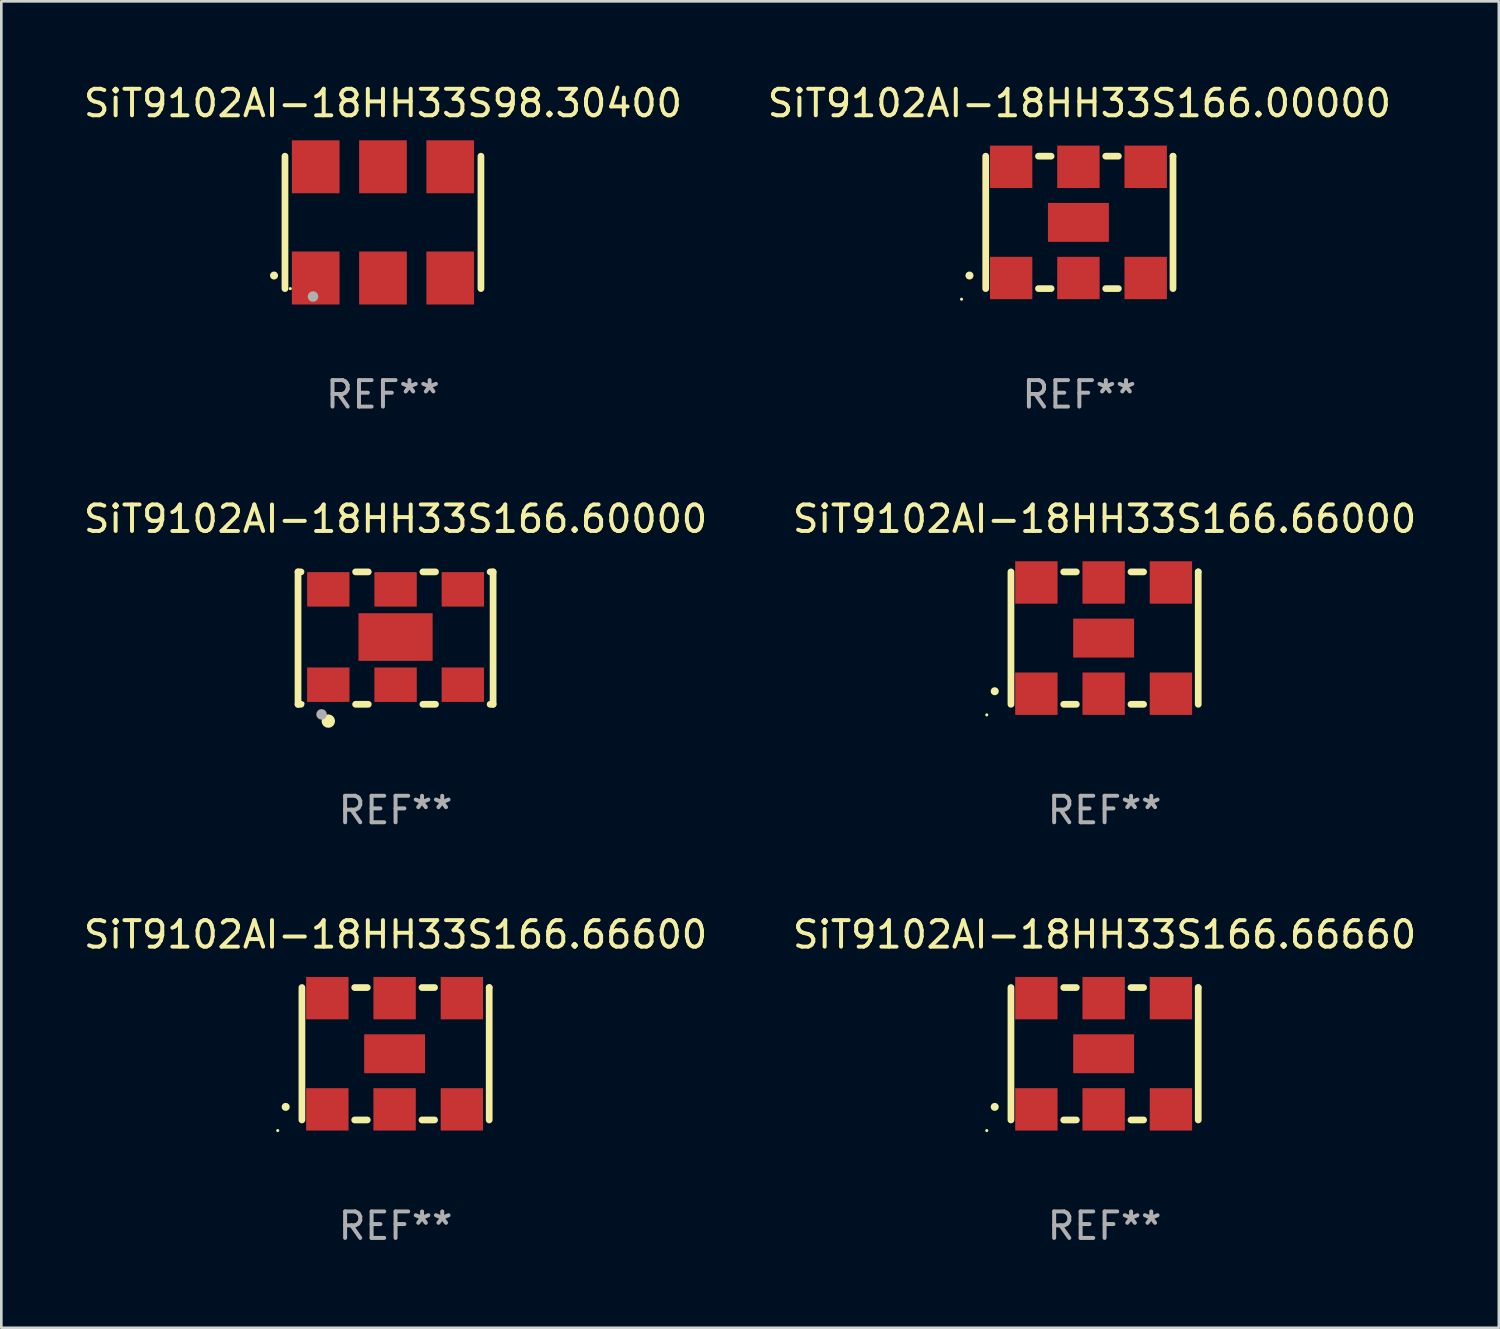
<source format=kicad_pcb>
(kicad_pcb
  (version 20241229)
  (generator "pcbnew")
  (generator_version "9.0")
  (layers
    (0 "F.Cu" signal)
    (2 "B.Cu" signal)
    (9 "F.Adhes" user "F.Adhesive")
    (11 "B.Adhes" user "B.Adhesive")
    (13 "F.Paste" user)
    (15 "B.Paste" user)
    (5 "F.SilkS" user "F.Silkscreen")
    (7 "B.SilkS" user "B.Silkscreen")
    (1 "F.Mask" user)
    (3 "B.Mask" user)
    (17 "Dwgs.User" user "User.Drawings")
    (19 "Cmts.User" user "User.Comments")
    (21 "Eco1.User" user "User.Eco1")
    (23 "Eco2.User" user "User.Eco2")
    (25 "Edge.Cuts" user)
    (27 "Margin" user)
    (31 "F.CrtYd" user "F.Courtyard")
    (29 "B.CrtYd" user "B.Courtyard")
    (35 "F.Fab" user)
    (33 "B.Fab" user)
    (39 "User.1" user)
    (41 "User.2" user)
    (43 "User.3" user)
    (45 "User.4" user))
  (footprint "SiT9102AI-18HH33S98.30400"
    (layer "F.Cu")
    (at 11.411 5.348)
    (property "Reference" "SiT9102AI-18HH33S98.30400" (at 0 -4.5 0) (layer "F.SilkS") (effects (font (size 1 1) (thickness 0.15))))
    (attr through_hole)
    (fp_line (start -3.7 -2.5) (end -3.7 2.5) (stroke (width 0.254) (type solid)) (layer "F.SilkS"))
    (fp_line (start 3.7 -2.5) (end 3.7 2.5) (stroke (width 0.254) (type solid)) (layer "F.SilkS"))
    (fp_arc (start -4.114415 2.006604) (mid -4.113145 2.006599) (end -4.111875 2.006604) (stroke (width 0.3) (type solid)) (layer "F.SilkS"))
    (fp_circle (center -3.5 2.501) (end -3.47 2.501) (stroke (width 0.06) (type solid)) (fill no) (layer "F.SilkS"))
    (fp_circle (center -2.641 2.799) (end -2.541 2.799) (stroke (width 0.2) (type solid)) (fill no) (layer "F.Fab"))
    (fp_text user "REF**" (at 0 6.5 0) (layer "F.Fab") (effects (font (size 1 1) (thickness 0.15))))
    (pad "1" smd rect (at -2.54 2.1) (size 1.8 2) (layers "F.Cu" "F.Mask" "F.Paste"))
    (pad "2" smd rect (at 0.000394 2.1) (size 1.8 2) (layers "F.Cu" "F.Mask" "F.Paste"))
    (pad "3" smd rect (at 2.54 2.1) (size 1.8 2) (layers "F.Cu" "F.Mask" "F.Paste"))
    (pad "4" smd rect (at 2.54 -2.1) (size 1.8 2) (layers "F.Cu" "F.Mask" "F.Paste"))
    (pad "5" smd rect (at 0.000394 -2.1) (size 1.8 2) (layers "F.Cu" "F.Mask" "F.Paste"))
    (pad "6" smd rect (at -2.54 -2.1) (size 1.8 2) (layers "F.Cu" "F.Mask" "F.Paste")))
  (footprint "SiT9102AI-18HH33S166.66660"
    (layer "F.Cu")
    (at 38.661 36.741)
    (property "Reference" "SiT9102AI-18HH33S166.66660" (at 0 -4.5 0) (layer "F.SilkS") (effects (font (size 1 1) (thickness 0.15))))
    (attr through_hole)
    (fp_line (start -3.536 -2.5) (end -3.536 2.5) (stroke (width 0.254) (type solid)) (layer "F.SilkS"))
    (fp_line (start -1.544 2.5) (end -1.067 2.5) (stroke (width 0.254) (type solid)) (layer "F.SilkS"))
    (fp_line (start -1.067 -2.5) (end -1.544 -2.5) (stroke (width 0.254) (type solid)) (layer "F.SilkS"))
    (fp_line (start 0.996 2.5) (end 1.473 2.5) (stroke (width 0.254) (type solid)) (layer "F.SilkS"))
    (fp_line (start 1.473 -2.5) (end 0.996 -2.5) (stroke (width 0.254) (type solid)) (layer "F.SilkS"))
    (fp_line (start 3.536 -2.5) (end 3.536 -2.5) (stroke (width 0.254) (type solid)) (layer "F.SilkS"))
    (fp_line (start 3.536 2.5) (end 3.536 -2.5) (stroke (width 0.254) (type solid)) (layer "F.SilkS"))
    (fp_arc (start -4.150432 2.006604) (mid -4.149162 2.006599) (end -4.147892 2.006604) (stroke (width 0.3) (type solid)) (layer "F.SilkS"))
    (fp_circle (center -4.449 2.9) (end -4.419 2.9) (stroke (width 0.06) (type solid)) (fill no) (layer "F.SilkS"))
    (fp_text user "REF**" (at 0 6.5 0) (layer "F.Fab") (effects (font (size 1 1) (thickness 0.15))))
    (pad "1" smd rect (at -2.576 2.1) (size 1.6 1.6) (layers "F.Cu" "F.Mask" "F.Paste"))
    (pad "2" smd rect (at -0.036 2.1) (size 1.6 1.6) (layers "F.Cu" "F.Mask" "F.Paste"))
    (pad "3" smd rect (at 2.504 2.1) (size 1.6 1.6) (layers "F.Cu" "F.Mask" "F.Paste"))
    (pad "4" smd rect (at 2.504 -2.1) (size 1.6 1.6) (layers "F.Cu" "F.Mask" "F.Paste"))
    (pad "5" smd rect (at -0.036 -2.1) (size 1.6 1.6) (layers "F.Cu" "F.Mask" "F.Paste"))
    (pad "6" smd rect (at -2.576 -2.1) (size 1.6 1.6) (layers "F.Cu" "F.Mask" "F.Paste"))
    (pad "7" smd rect (at -0.036 0) (size 2.3 1.47) (layers "F.Cu" "F.Mask" "F.Paste")))
  (footprint "SiT9102AI-18HH33S166.60000"
    (layer "F.Cu")
    (at 11.887 21.045)
    (property "Reference" "SiT9102AI-18HH33S166.60000" (at 0 -4.5 0) (layer "F.SilkS") (effects (font (size 1 1) (thickness 0.15))))
    (attr through_hole)
    (fp_line (start -3.683 -2.5) (end -3.571 -2.5) (stroke (width 0.254) (type solid)) (layer "F.SilkS"))
    (fp_line (start -3.683 2.5) (end -3.683 -2.5) (stroke (width 0.254) (type solid)) (layer "F.SilkS"))
    (fp_line (start -3.683 2.5) (end -3.571 2.5) (stroke (width 0.254) (type solid)) (layer "F.SilkS"))
    (fp_line (start -1.509 -2.5) (end -1.031 -2.5) (stroke (width 0.254) (type solid)) (layer "F.SilkS"))
    (fp_line (start -1.509 2.5) (end -1.031 2.5) (stroke (width 0.254) (type solid)) (layer "F.SilkS"))
    (fp_line (start 1.031 -2.5) (end 1.509 -2.5) (stroke (width 0.254) (type solid)) (layer "F.SilkS"))
    (fp_line (start 1.031 2.5) (end 1.509 2.5) (stroke (width 0.254) (type solid)) (layer "F.SilkS"))
    (fp_line (start 3.571 -2.5) (end 3.683 -2.5) (stroke (width 0.254) (type solid)) (layer "F.SilkS"))
    (fp_line (start 3.571 2.5) (end 3.683 2.5) (stroke (width 0.254) (type solid)) (layer "F.SilkS"))
    (fp_line (start 3.683 2.5) (end 3.683 -2.5) (stroke (width 0.254) (type solid)) (layer "F.SilkS"))
    (fp_circle (center -3.5 2.46) (end -3.47 2.46) (stroke (width 0.06) (type solid)) (fill no) (layer "F.SilkS"))
    (fp_circle (center -2.54 3.135) (end -2.413 3.135) (stroke (width 0.254) (type solid)) (fill no) (layer "F.SilkS"))
    (fp_circle (center -2.794 2.881) (end -2.694 2.881) (stroke (width 0.2) (type solid)) (fill no) (layer "F.Fab"))
    (fp_text user "REF**" (at 0 6.5 0) (layer "F.Fab") (effects (font (size 1 1) (thickness 0.15))))
    (pad "1" smd rect (at -2.54 1.76) (size 1.6 1.3) (layers "F.Cu" "F.Mask" "F.Paste"))
    (pad "2" smd rect (at 0 1.76) (size 1.6 1.3) (layers "F.Cu" "F.Mask" "F.Paste"))
    (pad "3" smd rect (at 2.54 1.76) (size 1.6 1.3) (layers "F.Cu" "F.Mask" "F.Paste"))
    (pad "4" smd rect (at 2.54 -1.84) (size 1.6 1.3) (layers "F.Cu" "F.Mask" "F.Paste"))
    (pad "5" smd rect (at 0 -1.84) (size 1.6 1.3) (layers "F.Cu" "F.Mask" "F.Paste"))
    (pad "6" smd rect (at -2.54 -1.84) (size 1.6 1.3) (layers "F.Cu" "F.Mask" "F.Paste"))
    (pad "7" smd rect (at 0 -0.04) (size 2.8 1.8) (layers "F.Cu" "F.Mask" "F.Paste")))
  (footprint "SiT9102AI-18HH33S166.00000"
    (layer "F.Cu")
    (at 37.708 5.348)
    (property "Reference" "SiT9102AI-18HH33S166.00000" (at 0 -4.5 0) (layer "F.SilkS") (effects (font (size 1 1) (thickness 0.15))))
    (attr through_hole)
    (fp_line (start -3.536 -2.5) (end -3.536 2.5) (stroke (width 0.254) (type solid)) (layer "F.SilkS"))
    (fp_line (start -1.544 2.5) (end -1.067 2.5) (stroke (width 0.254) (type solid)) (layer "F.SilkS"))
    (fp_line (start -1.067 -2.5) (end -1.544 -2.5) (stroke (width 0.254) (type solid)) (layer "F.SilkS"))
    (fp_line (start 0.996 2.5) (end 1.473 2.5) (stroke (width 0.254) (type solid)) (layer "F.SilkS"))
    (fp_line (start 1.473 -2.5) (end 0.996 -2.5) (stroke (width 0.254) (type solid)) (layer "F.SilkS"))
    (fp_line (start 3.536 -2.5) (end 3.536 -2.5) (stroke (width 0.254) (type solid)) (layer "F.SilkS"))
    (fp_line (start 3.536 2.5) (end 3.536 -2.5) (stroke (width 0.254) (type solid)) (layer "F.SilkS"))
    (fp_arc (start -4.150432 2.006604) (mid -4.149162 2.006599) (end -4.147892 2.006604) (stroke (width 0.3) (type solid)) (layer "F.SilkS"))
    (fp_circle (center -4.449 2.9) (end -4.419 2.9) (stroke (width 0.06) (type solid)) (fill no) (layer "F.SilkS"))
    (fp_text user "REF**" (at 0 6.5 0) (layer "F.Fab") (effects (font (size 1 1) (thickness 0.15))))
    (pad "1" smd rect (at -2.576 2.1) (size 1.6 1.6) (layers "F.Cu" "F.Mask" "F.Paste"))
    (pad "2" smd rect (at -0.036 2.1) (size 1.6 1.6) (layers "F.Cu" "F.Mask" "F.Paste"))
    (pad "3" smd rect (at 2.504 2.1) (size 1.6 1.6) (layers "F.Cu" "F.Mask" "F.Paste"))
    (pad "4" smd rect (at 2.504 -2.1) (size 1.6 1.6) (layers "F.Cu" "F.Mask" "F.Paste"))
    (pad "5" smd rect (at -0.036 -2.1) (size 1.6 1.6) (layers "F.Cu" "F.Mask" "F.Paste"))
    (pad "6" smd rect (at -2.576 -2.1) (size 1.6 1.6) (layers "F.Cu" "F.Mask" "F.Paste"))
    (pad "7" smd rect (at -0.036 0) (size 2.3 1.47) (layers "F.Cu" "F.Mask" "F.Paste")))
  (footprint "SiT9102AI-18HH33S166.66600"
    (layer "F.Cu")
    (at 11.887 36.741)
    (property "Reference" "SiT9102AI-18HH33S166.66600" (at 0 -4.5 0) (layer "F.SilkS") (effects (font (size 1 1) (thickness 0.15))))
    (attr through_hole)
    (fp_line (start -3.536 -2.5) (end -3.536 2.5) (stroke (width 0.254) (type solid)) (layer "F.SilkS"))
    (fp_line (start -1.544 2.5) (end -1.067 2.5) (stroke (width 0.254) (type solid)) (layer "F.SilkS"))
    (fp_line (start -1.067 -2.5) (end -1.544 -2.5) (stroke (width 0.254) (type solid)) (layer "F.SilkS"))
    (fp_line (start 0.996 2.5) (end 1.473 2.5) (stroke (width 0.254) (type solid)) (layer "F.SilkS"))
    (fp_line (start 1.473 -2.5) (end 0.996 -2.5) (stroke (width 0.254) (type solid)) (layer "F.SilkS"))
    (fp_line (start 3.536 -2.5) (end 3.536 -2.5) (stroke (width 0.254) (type solid)) (layer "F.SilkS"))
    (fp_line (start 3.536 2.5) (end 3.536 -2.5) (stroke (width 0.254) (type solid)) (layer "F.SilkS"))
    (fp_arc (start -4.150432 2.006604) (mid -4.149162 2.006599) (end -4.147892 2.006604) (stroke (width 0.3) (type solid)) (layer "F.SilkS"))
    (fp_circle (center -4.449 2.9) (end -4.419 2.9) (stroke (width 0.06) (type solid)) (fill no) (layer "F.SilkS"))
    (fp_text user "REF**" (at 0 6.5 0) (layer "F.Fab") (effects (font (size 1 1) (thickness 0.15))))
    (pad "1" smd rect (at -2.576 2.1) (size 1.6 1.6) (layers "F.Cu" "F.Mask" "F.Paste"))
    (pad "2" smd rect (at -0.036 2.1) (size 1.6 1.6) (layers "F.Cu" "F.Mask" "F.Paste"))
    (pad "3" smd rect (at 2.504 2.1) (size 1.6 1.6) (layers "F.Cu" "F.Mask" "F.Paste"))
    (pad "4" smd rect (at 2.504 -2.1) (size 1.6 1.6) (layers "F.Cu" "F.Mask" "F.Paste"))
    (pad "5" smd rect (at -0.036 -2.1) (size 1.6 1.6) (layers "F.Cu" "F.Mask" "F.Paste"))
    (pad "6" smd rect (at -2.576 -2.1) (size 1.6 1.6) (layers "F.Cu" "F.Mask" "F.Paste"))
    (pad "7" smd rect (at -0.036 0) (size 2.3 1.47) (layers "F.Cu" "F.Mask" "F.Paste")))
  (footprint "SiT9102AI-18HH33S166.66000"
    (layer "F.Cu")
    (at 38.661 21.045)
    (property "Reference" "SiT9102AI-18HH33S166.66000" (at 0 -4.5 0) (layer "F.SilkS") (effects (font (size 1 1) (thickness 0.15))))
    (attr through_hole)
    (fp_line (start -3.536 -2.5) (end -3.536 2.5) (stroke (width 0.254) (type solid)) (layer "F.SilkS"))
    (fp_line (start -1.544 2.5) (end -1.067 2.5) (stroke (width 0.254) (type solid)) (layer "F.SilkS"))
    (fp_line (start -1.067 -2.5) (end -1.544 -2.5) (stroke (width 0.254) (type solid)) (layer "F.SilkS"))
    (fp_line (start 0.996 2.5) (end 1.473 2.5) (stroke (width 0.254) (type solid)) (layer "F.SilkS"))
    (fp_line (start 1.473 -2.5) (end 0.996 -2.5) (stroke (width 0.254) (type solid)) (layer "F.SilkS"))
    (fp_line (start 3.536 -2.5) (end 3.536 -2.5) (stroke (width 0.254) (type solid)) (layer "F.SilkS"))
    (fp_line (start 3.536 2.5) (end 3.536 -2.5) (stroke (width 0.254) (type solid)) (layer "F.SilkS"))
    (fp_arc (start -4.150432 2.006604) (mid -4.149162 2.006599) (end -4.147892 2.006604) (stroke (width 0.3) (type solid)) (layer "F.SilkS"))
    (fp_circle (center -4.449 2.9) (end -4.419 2.9) (stroke (width 0.06) (type solid)) (fill no) (layer "F.SilkS"))
    (fp_text user "REF**" (at 0 6.5 0) (layer "F.Fab") (effects (font (size 1 1) (thickness 0.15))))
    (pad "1" smd rect (at -2.576 2.1) (size 1.6 1.6) (layers "F.Cu" "F.Mask" "F.Paste"))
    (pad "2" smd rect (at -0.036 2.1) (size 1.6 1.6) (layers "F.Cu" "F.Mask" "F.Paste"))
    (pad "3" smd rect (at 2.504 2.1) (size 1.6 1.6) (layers "F.Cu" "F.Mask" "F.Paste"))
    (pad "4" smd rect (at 2.504 -2.1) (size 1.6 1.6) (layers "F.Cu" "F.Mask" "F.Paste"))
    (pad "5" smd rect (at -0.036 -2.1) (size 1.6 1.6) (layers "F.Cu" "F.Mask" "F.Paste"))
    (pad "6" smd rect (at -2.576 -2.1) (size 1.6 1.6) (layers "F.Cu" "F.Mask" "F.Paste"))
    (pad "7" smd rect (at -0.036 0) (size 2.3 1.47) (layers "F.Cu" "F.Mask" "F.Paste")))
  (gr_rect
    (start -3 -3)
    (end 53.548 47.09)
    (stroke (width 0.1) (type default))
    (fill no)
    (layer "Edge.Cuts")))
</source>
